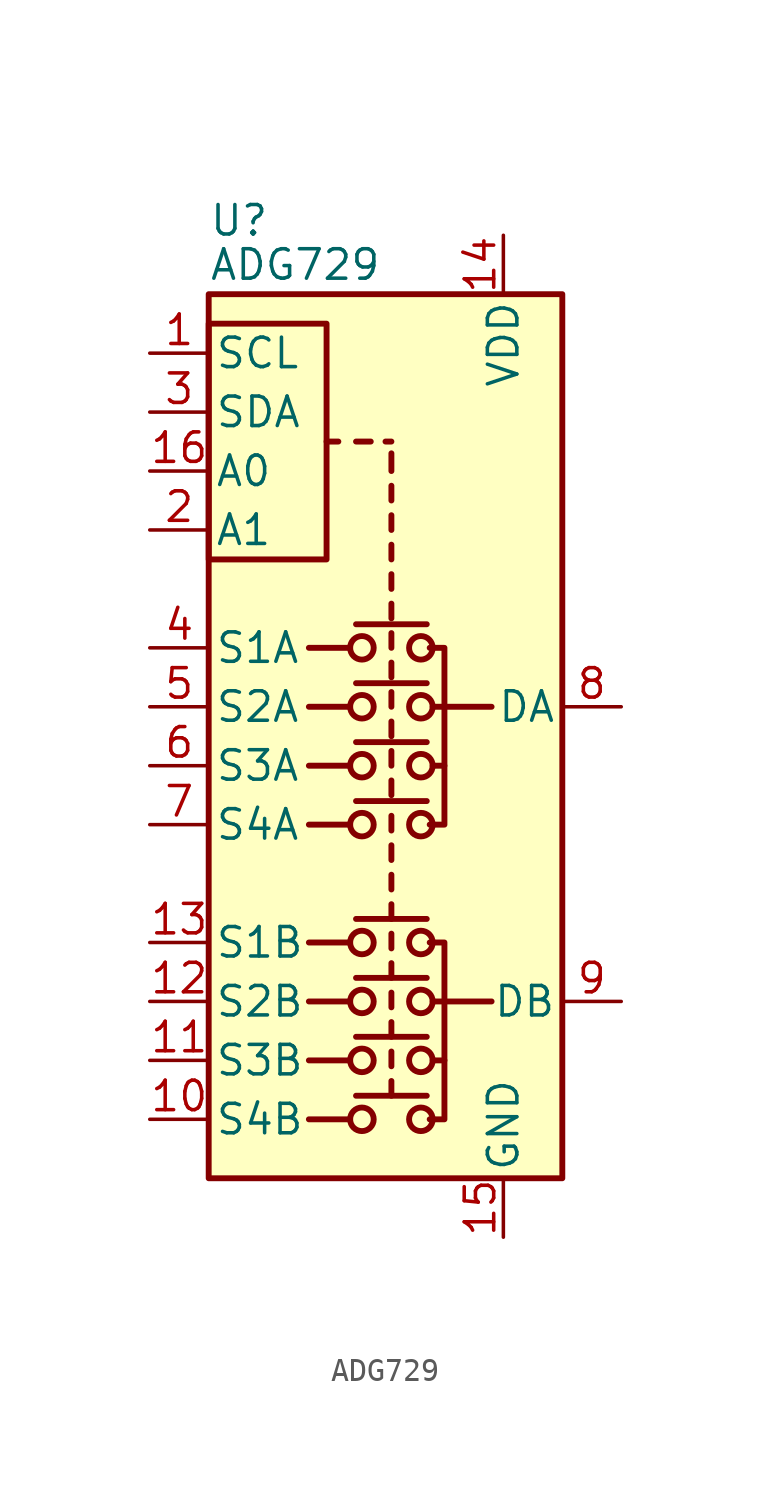
<source format=kicad_sym>
(kicad_symbol_lib
  (version 20211014)
  (generator kicad_symbol_editor)
  (symbol "ADG729"
    (pin_names
      (offset 0.254))
    (property "Reference" "U"
      (at -7.62 20.955 0)
      (effects (font (size 1.27 1.27)) (justify left)))
    (property "Value" "ADG729"
      (at -7.62 19.05 0)
      (effects (font (size 1.27 1.27)) (justify left)))
    (symbol "ADG729_0_1"
      (rectangle (start -7.62 6.35) (end -2.54 16.51) (stroke (width 0.254) (type default) (color 0 0 0 0)) (fill (type none)))
      (rectangle (start -7.62 17.78) (end 7.62 -20.32) (stroke (width 0.254) (type default) (color 0 0 0 0)) (fill (type background)))
      (circle (center -1.016 -17.78) (radius 0.508) (stroke (width 0.254) (type default) (color 0 0 0 0)) (fill (type none)))
      (circle (center -1.016 -15.24) (radius 0.508) (stroke (width 0.254) (type default) (color 0 0 0 0)) (fill (type none)))
      (circle (center -1.016 -12.7) (radius 0.508) (stroke (width 0.254) (type default) (color 0 0 0 0)) (fill (type none)))
      (circle (center -1.016 -10.16) (radius 0.508) (stroke (width 0.254) (type default) (color 0 0 0 0)) (fill (type none)))
      (circle (center -1.016 -5.08) (radius 0.508) (stroke (width 0.254) (type default) (color 0 0 0 0)) (fill (type none)))
      (circle (center -1.016 -2.54) (radius 0.508) (stroke (width 0.254) (type default) (color 0 0 0 0)) (fill (type none)))
      (circle (center -1.016 0) (radius 0.508) (stroke (width 0.254) (type default) (color 0 0 0 0)) (fill (type none)))
      (circle (center -1.016 2.54) (radius 0.508) (stroke (width 0.254) (type default) (color 0 0 0 0)) (fill (type none)))
      (polyline (pts (xy -2.032 11.43) (xy -2.54 11.43)) (stroke (width 0.254) (type default) (color 0 0 0 0)) (fill (type none)))
      (polyline (pts (xy -1.524 -17.78) (xy -3.302 -17.78)) (stroke (width 0.254) (type default) (color 0 0 0 0)) (fill (type none)))
      (polyline (pts (xy -1.524 -15.24) (xy -3.302 -15.24)) (stroke (width 0.254) (type default) (color 0 0 0 0)) (fill (type none)))
      (polyline (pts (xy -1.524 -12.7) (xy -3.302 -12.7)) (stroke (width 0.254) (type default) (color 0 0 0 0)) (fill (type none)))
      (polyline (pts (xy -1.524 -10.16) (xy -3.302 -10.16)) (stroke (width 0.254) (type default) (color 0 0 0 0)) (fill (type none)))
      (polyline (pts (xy -1.524 -5.08) (xy -3.302 -5.08)) (stroke (width 0.254) (type default) (color 0 0 0 0)) (fill (type none)))
      (polyline (pts (xy -1.524 -2.54) (xy -3.302 -2.54)) (stroke (width 0.254) (type default) (color 0 0 0 0)) (fill (type none)))
      (polyline (pts (xy -1.524 0) (xy -3.302 0)) (stroke (width 0.254) (type default) (color 0 0 0 0)) (fill (type none)))
      (polyline (pts (xy -1.524 2.54) (xy -3.302 2.54)) (stroke (width 0.254) (type default) (color 0 0 0 0)) (fill (type none)))
      (polyline (pts (xy -1.27 -16.764) (xy 1.778 -16.764)) (stroke (width 0.254) (type default) (color 0 0 0 0)) (fill (type none)))
      (polyline (pts (xy -1.27 -14.224) (xy 1.778 -14.224)) (stroke (width 0.254) (type default) (color 0 0 0 0)) (fill (type none)))
      (polyline (pts (xy -1.27 -11.684) (xy 1.778 -11.684)) (stroke (width 0.254) (type default) (color 0 0 0 0)) (fill (type none)))
      (polyline (pts (xy -1.27 -9.144) (xy 1.778 -9.144)) (stroke (width 0.254) (type default) (color 0 0 0 0)) (fill (type none)))
      (polyline (pts (xy -1.27 -4.064) (xy 1.778 -4.064)) (stroke (width 0.254) (type default) (color 0 0 0 0)) (fill (type none)))
      (polyline (pts (xy -1.27 -1.524) (xy 1.778 -1.524)) (stroke (width 0.254) (type default) (color 0 0 0 0)) (fill (type none)))
      (polyline (pts (xy -1.27 1.016) (xy 1.778 1.016)) (stroke (width 0.254) (type default) (color 0 0 0 0)) (fill (type none)))
      (polyline (pts (xy -1.27 3.556) (xy 1.778 3.556)) (stroke (width 0.254) (type default) (color 0 0 0 0)) (fill (type none)))
      (polyline (pts (xy -1.27 11.43) (xy -0.635 11.43)) (stroke (width 0.254) (type default) (color 0 0 0 0)) (fill (type none)))
      (polyline (pts (xy 0.254 -16.764) (xy 0.254 -16.129)) (stroke (width 0.254) (type default) (color 0 0 0 0)) (fill (type none)))
      (polyline (pts (xy 0.254 -15.494) (xy 0.254 -14.859)) (stroke (width 0.254) (type default) (color 0 0 0 0)) (fill (type none)))
      (polyline (pts (xy 0.254 -14.224) (xy 0.254 -13.589)) (stroke (width 0.254) (type default) (color 0 0 0 0)) (fill (type none)))
      (polyline (pts (xy 0.254 -12.954) (xy 0.254 -12.319)) (stroke (width 0.254) (type default) (color 0 0 0 0)) (fill (type none)))
      (polyline (pts (xy 0.254 -11.684) (xy 0.254 -11.049)) (stroke (width 0.254) (type default) (color 0 0 0 0)) (fill (type none)))
      (polyline (pts (xy 0.254 -10.414) (xy 0.254 -9.779)) (stroke (width 0.254) (type default) (color 0 0 0 0)) (fill (type none)))
      (polyline (pts (xy 0.254 -9.144) (xy 0.254 -8.509)) (stroke (width 0.254) (type default) (color 0 0 0 0)) (fill (type none)))
      (polyline (pts (xy 0.254 -7.874) (xy 0.254 -7.239)) (stroke (width 0.254) (type default) (color 0 0 0 0)) (fill (type none)))
      (polyline (pts (xy 0.254 -6.604) (xy 0.254 -5.969)) (stroke (width 0.254) (type default) (color 0 0 0 0)) (fill (type none)))
      (polyline (pts (xy 0.254 -5.334) (xy 0.254 -4.699)) (stroke (width 0.254) (type default) (color 0 0 0 0)) (fill (type none)))
      (polyline (pts (xy 0.254 -3.81) (xy 0.254 -3.175)) (stroke (width 0.254) (type default) (color 0 0 0 0)) (fill (type none)))
      (polyline (pts (xy 0.254 -2.54) (xy 0.254 -1.905)) (stroke (width 0.254) (type default) (color 0 0 0 0)) (fill (type none)))
      (polyline (pts (xy 0.254 -1.27) (xy 0.254 -0.635)) (stroke (width 0.254) (type default) (color 0 0 0 0)) (fill (type none)))
      (polyline (pts (xy 0.254 0) (xy 0.254 0.635)) (stroke (width 0.254) (type default) (color 0 0 0 0)) (fill (type none)))
      (polyline (pts (xy 0.254 1.27) (xy 0.254 1.905)) (stroke (width 0.254) (type default) (color 0 0 0 0)) (fill (type none)))
      (polyline (pts (xy 0.254 2.54) (xy 0.254 3.175)) (stroke (width 0.254) (type default) (color 0 0 0 0)) (fill (type none)))
      (polyline (pts (xy 0.254 3.81) (xy 0.254 4.445)) (stroke (width 0.254) (type default) (color 0 0 0 0)) (fill (type none)))
      (polyline (pts (xy 0.254 5.08) (xy 0.254 5.715)) (stroke (width 0.254) (type default) (color 0 0 0 0)) (fill (type none)))
      (polyline (pts (xy 0.254 6.35) (xy 0.254 6.985)) (stroke (width 0.254) (type default) (color 0 0 0 0)) (fill (type none)))
      (polyline (pts (xy 0.254 7.62) (xy 0.254 8.255)) (stroke (width 0.254) (type default) (color 0 0 0 0)) (fill (type none)))
      (polyline (pts (xy 0.254 8.89) (xy 0.254 9.525)) (stroke (width 0.254) (type default) (color 0 0 0 0)) (fill (type none)))
      (polyline (pts (xy 0.254 10.16) (xy 0.254 10.922)) (stroke (width 0.254) (type default) (color 0 0 0 0)) (fill (type none)))
      (polyline (pts (xy 0.254 11.43) (xy 0 11.43)) (stroke (width 0.254) (type default) (color 0 0 0 0)) (fill (type none)))
      (polyline (pts (xy 2.032 -15.24) (xy 2.54 -15.24)) (stroke (width 0.254) (type default) (color 0 0 0 0)) (fill (type none)))
      (polyline (pts (xy 2.032 -12.7) (xy 2.54 -12.7)) (stroke (width 0.254) (type default) (color 0 0 0 0)) (fill (type none)))
      (polyline (pts (xy 2.032 -2.54) (xy 2.54 -2.54)) (stroke (width 0.254) (type default) (color 0 0 0 0)) (fill (type none)))
      (polyline (pts (xy 2.032 0) (xy 2.54 0)) (stroke (width 0.254) (type default) (color 0 0 0 0)) (fill (type none)))
      (polyline (pts (xy 2.54 0) (xy 4.572 0)) (stroke (width 0.254) (type default) (color 0 0 0 0)) (fill (type none)))
      (polyline (pts (xy 4.572 -12.7) (xy 2.54 -12.7)) (stroke (width 0.254) (type default) (color 0 0 0 0)) (fill (type none)))
      (polyline (pts (xy 1.905 -10.16) (xy 2.54 -10.16) (xy 2.54 -17.78) (xy 1.905 -17.78)) (stroke (width 0.254) (type default) (color 0 0 0 0)) (fill (type none)))
      (polyline (pts (xy 1.905 -5.08) (xy 2.54 -5.08) (xy 2.54 2.54) (xy 1.905 2.54)) (stroke (width 0.254) (type default) (color 0 0 0 0)) (fill (type none)))
      (circle (center 1.524 -17.78) (radius 0.508) (stroke (width 0.254) (type default) (color 0 0 0 0)) (fill (type none)))
      (circle (center 1.524 -15.24) (radius 0.508) (stroke (width 0.254) (type default) (color 0 0 0 0)) (fill (type none)))
      (circle (center 1.524 -12.7) (radius 0.508) (stroke (width 0.254) (type default) (color 0 0 0 0)) (fill (type none)))
      (circle (center 1.524 -10.16) (radius 0.508) (stroke (width 0.254) (type default) (color 0 0 0 0)) (fill (type none)))
      (circle (center 1.524 -5.08) (radius 0.508) (stroke (width 0.254) (type default) (color 0 0 0 0)) (fill (type none)))
      (circle (center 1.524 -2.54) (radius 0.508) (stroke (width 0.254) (type default) (color 0 0 0 0)) (fill (type none)))
      (circle (center 1.524 0) (radius 0.508) (stroke (width 0.254) (type default) (color 0 0 0 0)) (fill (type none)))
      (circle (center 1.524 2.54) (radius 0.508) (stroke (width 0.254) (type default) (color 0 0 0 0)) (fill (type none))))
    (symbol "ADG729_1_1"
      (pin input line (at -10.16 15.24 0) (length 2.54) (name "SCL" (effects (font (size 1.27 1.27)))) (number "1" (effects (font (size 1.27 1.27)))))
      (pin bidirectional line (at -10.16 -17.78 0) (length 2.54) (name "S4B" (effects (font (size 1.27 1.27)))) (number "10" (effects (font (size 1.27 1.27)))))
      (pin bidirectional line (at -10.16 -15.24 0) (length 2.54) (name "S3B" (effects (font (size 1.27 1.27)))) (number "11" (effects (font (size 1.27 1.27)))))
      (pin bidirectional line (at -10.16 -12.7 0) (length 2.54) (name "S2B" (effects (font (size 1.27 1.27)))) (number "12" (effects (font (size 1.27 1.27)))))
      (pin bidirectional line (at -10.16 -10.16 0) (length 2.54) (name "S1B" (effects (font (size 1.27 1.27)))) (number "13" (effects (font (size 1.27 1.27)))))
      (pin power_in line (at 5.08 20.32 270) (length 2.54) (name "VDD" (effects (font (size 1.27 1.27)))) (number "14" (effects (font (size 1.27 1.27)))))
      (pin power_in line (at 5.08 -22.86 90) (length 2.54) (name "GND" (effects (font (size 1.27 1.27)))) (number "15" (effects (font (size 1.27 1.27)))))
      (pin input line (at -10.16 10.16 0) (length 2.54) (name "A0" (effects (font (size 1.27 1.27)))) (number "16" (effects (font (size 1.27 1.27)))))
      (pin input line (at -10.16 7.62 0) (length 2.54) (name "A1" (effects (font (size 1.27 1.27)))) (number "2" (effects (font (size 1.27 1.27)))))
      (pin bidirectional line (at -10.16 12.7 0) (length 2.54) (name "SDA" (effects (font (size 1.27 1.27)))) (number "3" (effects (font (size 1.27 1.27)))))
      (pin bidirectional line (at -10.16 2.54 0) (length 2.54) (name "S1A" (effects (font (size 1.27 1.27)))) (number "4" (effects (font (size 1.27 1.27)))))
      (pin bidirectional line (at -10.16 0 0) (length 2.54) (name "S2A" (effects (font (size 1.27 1.27)))) (number "5" (effects (font (size 1.27 1.27)))))
      (pin bidirectional line (at -10.16 -2.54 0) (length 2.54) (name "S3A" (effects (font (size 1.27 1.27)))) (number "6" (effects (font (size 1.27 1.27)))))
      (pin bidirectional line (at -10.16 -5.08 0) (length 2.54) (name "S4A" (effects (font (size 1.27 1.27)))) (number "7" (effects (font (size 1.27 1.27)))))
      (pin bidirectional line (at 10.16 0 180) (length 2.54) (name "DA" (effects (font (size 1.27 1.27)))) (number "8" (effects (font (size 1.27 1.27)))))
      (pin bidirectional line (at 10.16 -12.7 180) (length 2.54) (name "DB" (effects (font (size 1.27 1.27)))) (number "9" (effects (font (size 1.27 1.27))))))))
</source>
